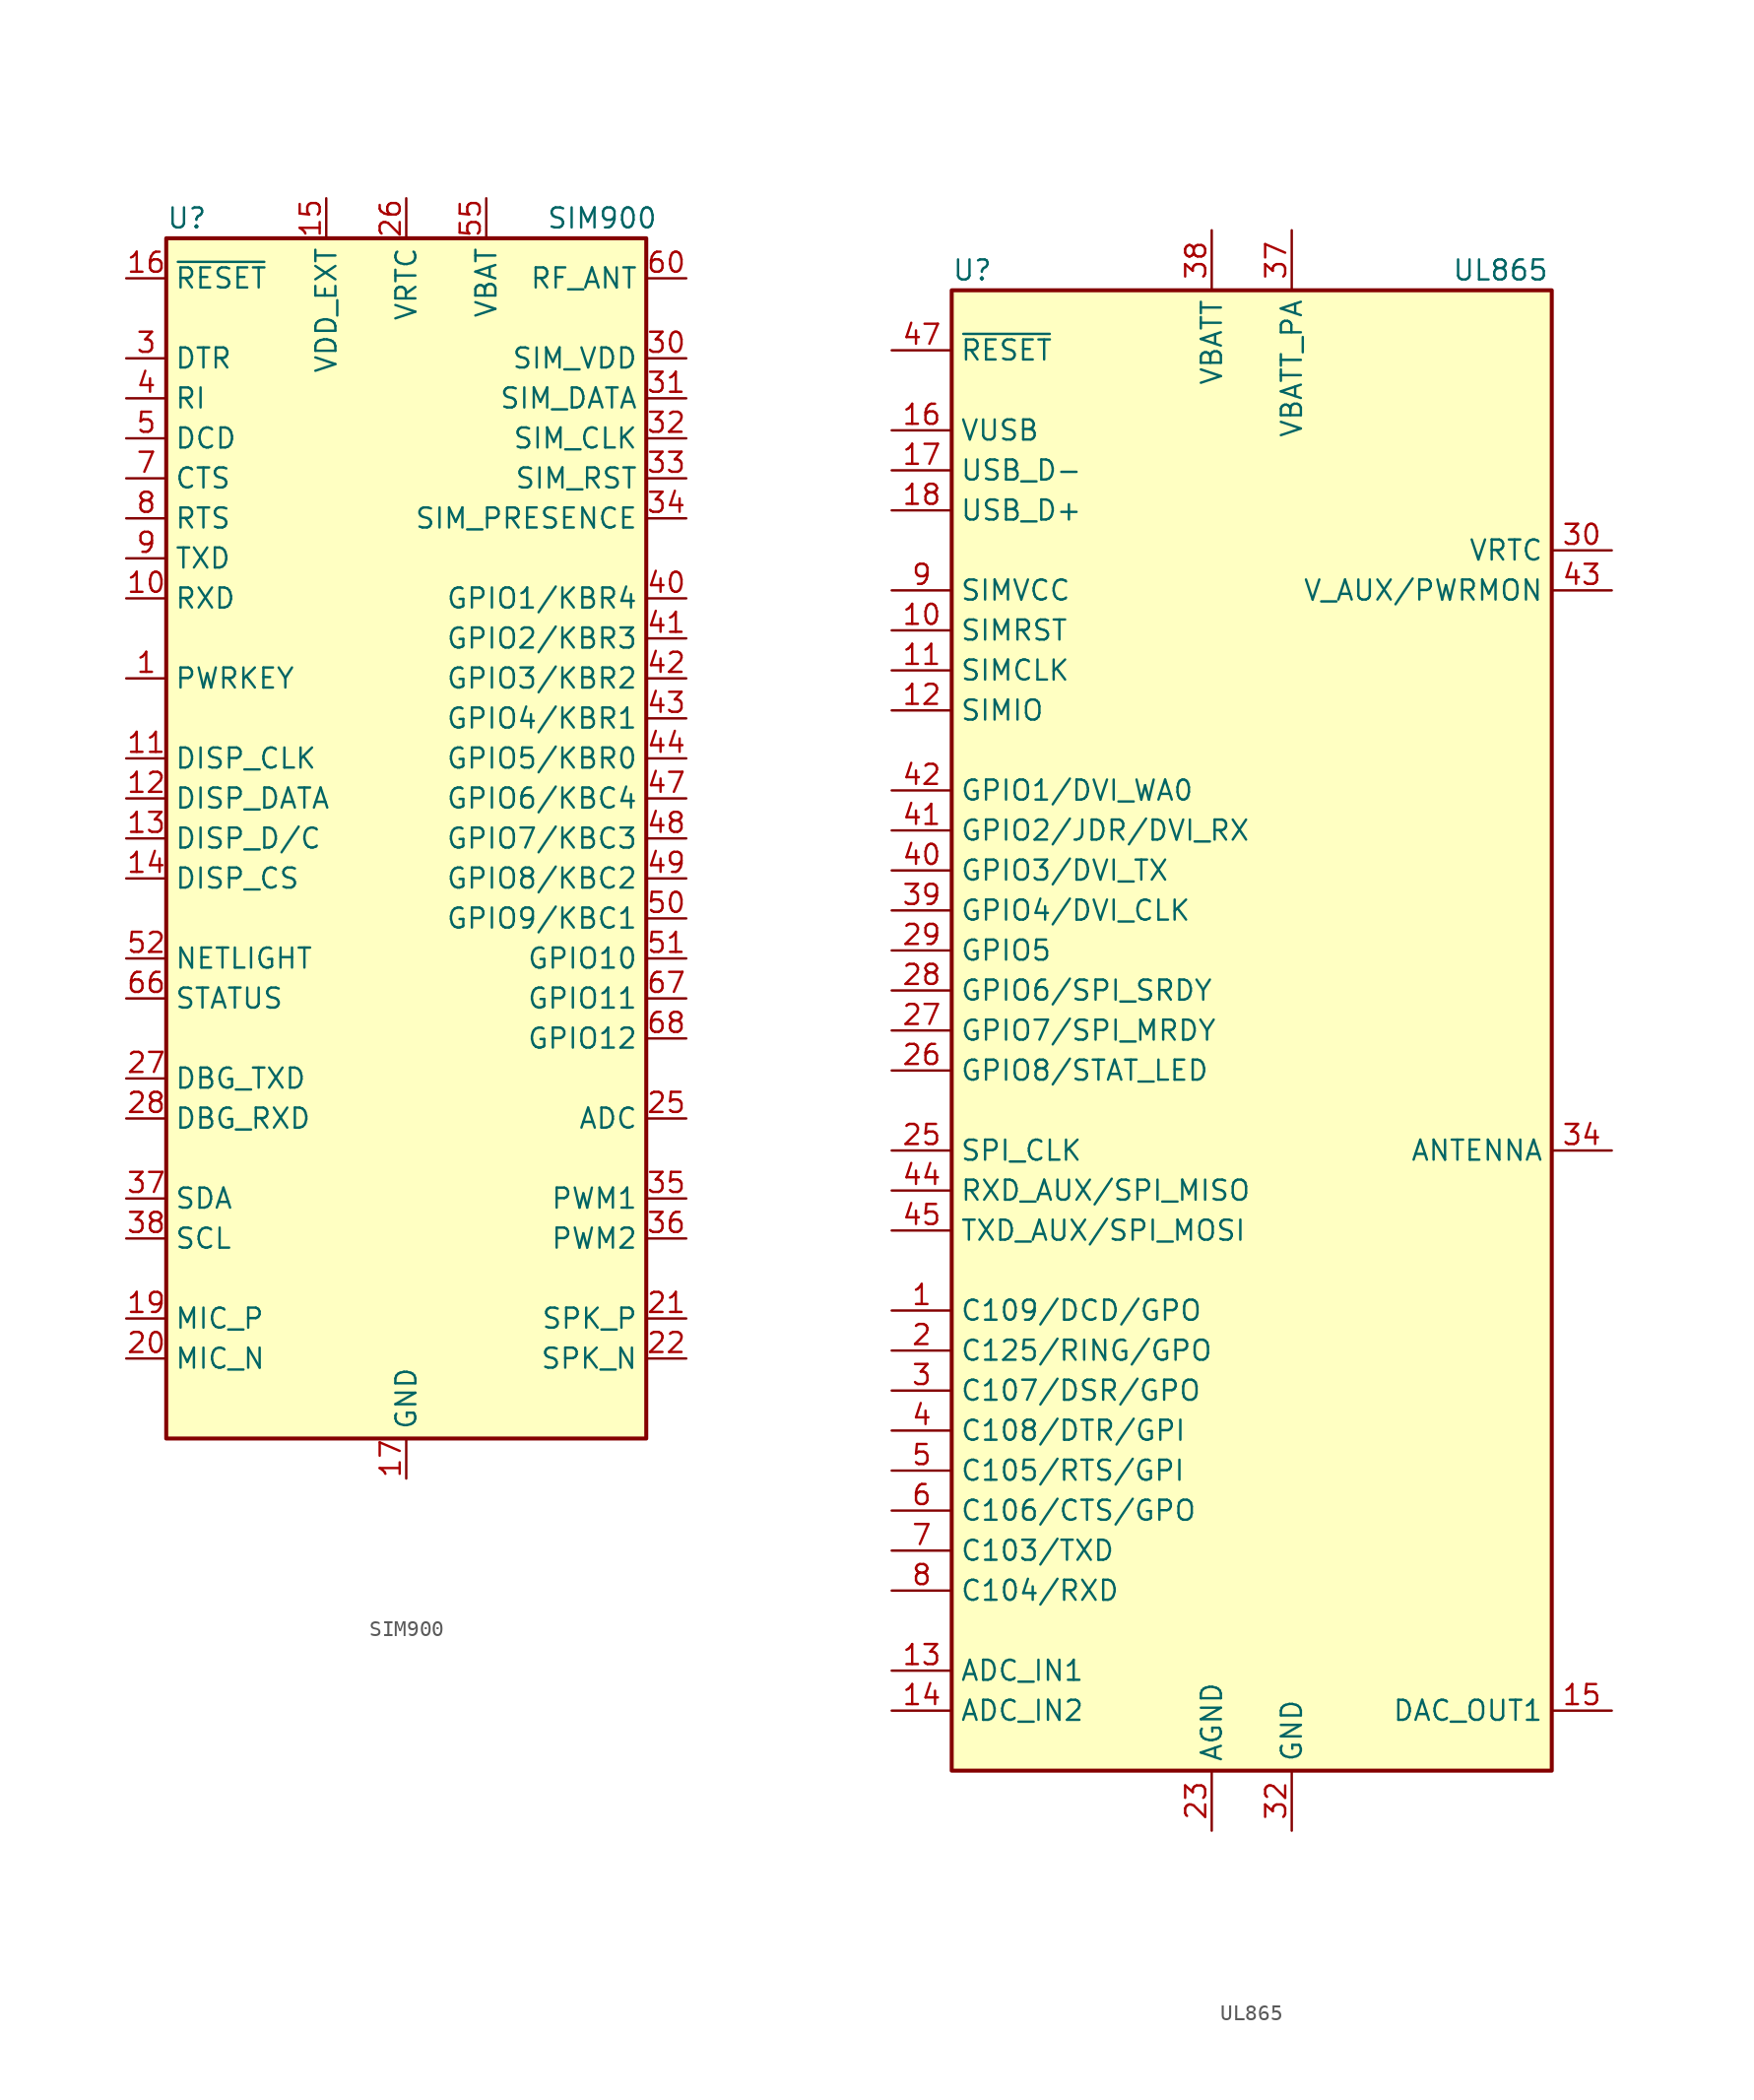
<source format=kicad_sym>
(kicad_symbol_lib
  (version 20201005)
  (generator kicad_symbol_editor)
  (symbol "RF_GSM:SIM900"
    (property "Reference" "U"
      (at -15.24 39.37 0)
      (effects (font (size 1.27 1.27)) (justify left)))
    (property "Value" "SIM900"
      (at 8.89 39.37 0)
      (effects (font (size 1.27 1.27)) (justify left)))
    (symbol "SIM900_0_1"
      (rectangle (start -15.24 38.1) (end 15.24 -38.1) (stroke (width 0.254)) (fill (type background))))
    (symbol "SIM900_1_1"
      (pin input line (at -17.78 10.16 0) (length 2.54) (name "PWRKEY" (effects (font (size 1.27 1.27)))) (number "1" (effects (font (size 1.27 1.27)))))
      (pin input line (at -17.78 15.24 0) (length 2.54) (name "RXD" (effects (font (size 1.27 1.27)))) (number "10" (effects (font (size 1.27 1.27)))))
      (pin output line (at -17.78 5.08 0) (length 2.54) (name "DISP_CLK" (effects (font (size 1.27 1.27)))) (number "11" (effects (font (size 1.27 1.27)))))
      (pin bidirectional line (at -17.78 2.54 0) (length 2.54) (name "DISP_DATA" (effects (font (size 1.27 1.27)))) (number "12" (effects (font (size 1.27 1.27)))))
      (pin output line (at -17.78 0 0) (length 2.54) (name "DISP_D/C" (effects (font (size 1.27 1.27)))) (number "13" (effects (font (size 1.27 1.27)))))
      (pin output line (at -17.78 -2.54 0) (length 2.54) (name "DISP_CS" (effects (font (size 1.27 1.27)))) (number "14" (effects (font (size 1.27 1.27)))))
      (pin power_out line (at -5.08 40.64 270) (length 2.54) (name "VDD_EXT" (effects (font (size 1.27 1.27)))) (number "15" (effects (font (size 1.27 1.27)))))
      (pin input line (at -17.78 35.56 0) (length 2.54) (name "~RESET~" (effects (font (size 1.27 1.27)))) (number "16" (effects (font (size 1.27 1.27)))))
      (pin power_in line (at 0 -40.64 90) (length 2.54) (name "GND" (effects (font (size 1.27 1.27)))) (number "17" (effects (font (size 1.27 1.27)))))
      (pin passive line (at 0 -40.64 90) (length 2.54) hide (name "GND" (effects (font (size 1.27 1.27)))) (number "18" (effects (font (size 1.27 1.27)))))
      (pin input line (at -17.78 -30.48 0) (length 2.54) (name "MIC_P" (effects (font (size 1.27 1.27)))) (number "19" (effects (font (size 1.27 1.27)))))
      (pin no_connect line (at 15.24 33.02 180) (length 2.54) hide (name "NC" (effects (font (size 1.27 1.27)))) (number "2" (effects (font (size 1.27 1.27)))))
      (pin input line (at -17.78 -33.02 0) (length 2.54) (name "MIC_N" (effects (font (size 1.27 1.27)))) (number "20" (effects (font (size 1.27 1.27)))))
      (pin output line (at 17.78 -30.48 180) (length 2.54) (name "SPK_P" (effects (font (size 1.27 1.27)))) (number "21" (effects (font (size 1.27 1.27)))))
      (pin output line (at 17.78 -33.02 180) (length 2.54) (name "SPK_N" (effects (font (size 1.27 1.27)))) (number "22" (effects (font (size 1.27 1.27)))))
      (pin no_connect line (at 15.24 -15.24 180) (length 2.54) hide (name "NC" (effects (font (size 1.27 1.27)))) (number "23" (effects (font (size 1.27 1.27)))))
      (pin no_connect line (at 15.24 -27.94 180) (length 2.54) hide (name "NC" (effects (font (size 1.27 1.27)))) (number "24" (effects (font (size 1.27 1.27)))))
      (pin input line (at 17.78 -17.78 180) (length 2.54) (name "ADC" (effects (font (size 1.27 1.27)))) (number "25" (effects (font (size 1.27 1.27)))))
      (pin power_in line (at 0 40.64 270) (length 2.54) (name "VRTC" (effects (font (size 1.27 1.27)))) (number "26" (effects (font (size 1.27 1.27)))))
      (pin output line (at -17.78 -15.24 0) (length 2.54) (name "DBG_TXD" (effects (font (size 1.27 1.27)))) (number "27" (effects (font (size 1.27 1.27)))))
      (pin input line (at -17.78 -17.78 0) (length 2.54) (name "DBG_RXD" (effects (font (size 1.27 1.27)))) (number "28" (effects (font (size 1.27 1.27)))))
      (pin passive line (at 0 -40.64 90) (length 2.54) hide (name "GND" (effects (font (size 1.27 1.27)))) (number "29" (effects (font (size 1.27 1.27)))))
      (pin input line (at -17.78 30.48 0) (length 2.54) (name "DTR" (effects (font (size 1.27 1.27)))) (number "3" (effects (font (size 1.27 1.27)))))
      (pin power_out line (at 17.78 30.48 180) (length 2.54) (name "SIM_VDD" (effects (font (size 1.27 1.27)))) (number "30" (effects (font (size 1.27 1.27)))))
      (pin bidirectional line (at 17.78 27.94 180) (length 2.54) (name "SIM_DATA" (effects (font (size 1.27 1.27)))) (number "31" (effects (font (size 1.27 1.27)))))
      (pin output line (at 17.78 25.4 180) (length 2.54) (name "SIM_CLK" (effects (font (size 1.27 1.27)))) (number "32" (effects (font (size 1.27 1.27)))))
      (pin output line (at 17.78 22.86 180) (length 2.54) (name "SIM_RST" (effects (font (size 1.27 1.27)))) (number "33" (effects (font (size 1.27 1.27)))))
      (pin input line (at 17.78 20.32 180) (length 2.54) (name "SIM_PRESENCE" (effects (font (size 1.27 1.27)))) (number "34" (effects (font (size 1.27 1.27)))))
      (pin output line (at 17.78 -22.86 180) (length 2.54) (name "PWM1" (effects (font (size 1.27 1.27)))) (number "35" (effects (font (size 1.27 1.27)))))
      (pin output line (at 17.78 -25.4 180) (length 2.54) (name "PWM2" (effects (font (size 1.27 1.27)))) (number "36" (effects (font (size 1.27 1.27)))))
      (pin bidirectional line (at -17.78 -22.86 0) (length 2.54) (name "SDA" (effects (font (size 1.27 1.27)))) (number "37" (effects (font (size 1.27 1.27)))))
      (pin output line (at -17.78 -25.4 0) (length 2.54) (name "SCL" (effects (font (size 1.27 1.27)))) (number "38" (effects (font (size 1.27 1.27)))))
      (pin passive line (at 0 -40.64 90) (length 2.54) hide (name "GND" (effects (font (size 1.27 1.27)))) (number "39" (effects (font (size 1.27 1.27)))))
      (pin output line (at -17.78 27.94 0) (length 2.54) (name "RI" (effects (font (size 1.27 1.27)))) (number "4" (effects (font (size 1.27 1.27)))))
      (pin bidirectional line (at 17.78 15.24 180) (length 2.54) (name "GPIO1/KBR4" (effects (font (size 1.27 1.27)))) (number "40" (effects (font (size 1.27 1.27)))))
      (pin bidirectional line (at 17.78 12.7 180) (length 2.54) (name "GPIO2/KBR3" (effects (font (size 1.27 1.27)))) (number "41" (effects (font (size 1.27 1.27)))))
      (pin bidirectional line (at 17.78 10.16 180) (length 2.54) (name "GPIO3/KBR2" (effects (font (size 1.27 1.27)))) (number "42" (effects (font (size 1.27 1.27)))))
      (pin bidirectional line (at 17.78 7.62 180) (length 2.54) (name "GPIO4/KBR1" (effects (font (size 1.27 1.27)))) (number "43" (effects (font (size 1.27 1.27)))))
      (pin bidirectional line (at 17.78 5.08 180) (length 2.54) (name "GPIO5/KBR0" (effects (font (size 1.27 1.27)))) (number "44" (effects (font (size 1.27 1.27)))))
      (pin passive line (at 0 -40.64 90) (length 2.54) hide (name "GND" (effects (font (size 1.27 1.27)))) (number "45" (effects (font (size 1.27 1.27)))))
      (pin passive line (at 0 -40.64 90) (length 2.54) hide (name "GND" (effects (font (size 1.27 1.27)))) (number "46" (effects (font (size 1.27 1.27)))))
      (pin bidirectional line (at 17.78 2.54 180) (length 2.54) (name "GPIO6/KBC4" (effects (font (size 1.27 1.27)))) (number "47" (effects (font (size 1.27 1.27)))))
      (pin bidirectional line (at 17.78 0 180) (length 2.54) (name "GPIO7/KBC3" (effects (font (size 1.27 1.27)))) (number "48" (effects (font (size 1.27 1.27)))))
      (pin bidirectional line (at 17.78 -2.54 180) (length 2.54) (name "GPIO8/KBC2" (effects (font (size 1.27 1.27)))) (number "49" (effects (font (size 1.27 1.27)))))
      (pin output line (at -17.78 25.4 0) (length 2.54) (name "DCD" (effects (font (size 1.27 1.27)))) (number "5" (effects (font (size 1.27 1.27)))))
      (pin bidirectional line (at 17.78 -5.08 180) (length 2.54) (name "GPIO9/KBC1" (effects (font (size 1.27 1.27)))) (number "50" (effects (font (size 1.27 1.27)))))
      (pin bidirectional line (at 17.78 -7.62 180) (length 2.54) (name "GPIO10" (effects (font (size 1.27 1.27)))) (number "51" (effects (font (size 1.27 1.27)))))
      (pin output line (at -17.78 -7.62 0) (length 2.54) (name "NETLIGHT" (effects (font (size 1.27 1.27)))) (number "52" (effects (font (size 1.27 1.27)))))
      (pin passive line (at 0 -40.64 90) (length 2.54) hide (name "GND" (effects (font (size 1.27 1.27)))) (number "53" (effects (font (size 1.27 1.27)))))
      (pin passive line (at 0 -40.64 90) (length 2.54) hide (name "GND" (effects (font (size 1.27 1.27)))) (number "54" (effects (font (size 1.27 1.27)))))
      (pin power_in line (at 5.08 40.64 270) (length 2.54) (name "VBAT" (effects (font (size 1.27 1.27)))) (number "55" (effects (font (size 1.27 1.27)))))
      (pin passive line (at 5.08 40.64 270) (length 2.54) hide (name "VBAT" (effects (font (size 1.27 1.27)))) (number "56" (effects (font (size 1.27 1.27)))))
      (pin passive line (at 5.08 40.64 270) (length 2.54) hide (name "VBAT" (effects (font (size 1.27 1.27)))) (number "57" (effects (font (size 1.27 1.27)))))
      (pin passive line (at 0 -40.64 90) (length 2.54) hide (name "GND" (effects (font (size 1.27 1.27)))) (number "58" (effects (font (size 1.27 1.27)))))
      (pin passive line (at 0 -40.64 90) (length 2.54) hide (name "GND" (effects (font (size 1.27 1.27)))) (number "59" (effects (font (size 1.27 1.27)))))
      (pin no_connect line (at 15.24 17.78 180) (length 2.54) hide (name "NC" (effects (font (size 1.27 1.27)))) (number "6" (effects (font (size 1.27 1.27)))))
      (pin passive line (at 17.78 35.56 180) (length 2.54) (name "RF_ANT" (effects (font (size 1.27 1.27)))) (number "60" (effects (font (size 1.27 1.27)))))
      (pin passive line (at 0 -40.64 90) (length 2.54) hide (name "GND" (effects (font (size 1.27 1.27)))) (number "61" (effects (font (size 1.27 1.27)))))
      (pin passive line (at 0 -40.64 90) (length 2.54) hide (name "GND" (effects (font (size 1.27 1.27)))) (number "62" (effects (font (size 1.27 1.27)))))
      (pin passive line (at 0 -40.64 90) (length 2.54) hide (name "GND" (effects (font (size 1.27 1.27)))) (number "63" (effects (font (size 1.27 1.27)))))
      (pin passive line (at 0 -40.64 90) (length 2.54) hide (name "GND" (effects (font (size 1.27 1.27)))) (number "64" (effects (font (size 1.27 1.27)))))
      (pin passive line (at 0 -40.64 90) (length 2.54) hide (name "GND" (effects (font (size 1.27 1.27)))) (number "65" (effects (font (size 1.27 1.27)))))
      (pin output line (at -17.78 -10.16 0) (length 2.54) (name "STATUS" (effects (font (size 1.27 1.27)))) (number "66" (effects (font (size 1.27 1.27)))))
      (pin bidirectional line (at 17.78 -10.16 180) (length 2.54) (name "GPIO11" (effects (font (size 1.27 1.27)))) (number "67" (effects (font (size 1.27 1.27)))))
      (pin bidirectional line (at 17.78 -12.7 180) (length 2.54) (name "GPIO12" (effects (font (size 1.27 1.27)))) (number "68" (effects (font (size 1.27 1.27)))))
      (pin output line (at -17.78 22.86 0) (length 2.54) (name "CTS" (effects (font (size 1.27 1.27)))) (number "7" (effects (font (size 1.27 1.27)))))
      (pin input line (at -17.78 20.32 0) (length 2.54) (name "RTS" (effects (font (size 1.27 1.27)))) (number "8" (effects (font (size 1.27 1.27)))))
      (pin output line (at -17.78 17.78 0) (length 2.54) (name "TXD" (effects (font (size 1.27 1.27)))) (number "9" (effects (font (size 1.27 1.27)))))))
  (symbol "RF_GSM:UL865"
    (property "Reference" "U"
      (at -19.05 43.18 0)
      (effects (font (size 1.27 1.27)) (justify left)))
    (property "Value" "UL865"
      (at 12.7 43.18 0)
      (effects (font (size 1.27 1.27)) (justify left)))
    (symbol "UL865_0_1"
      (rectangle (start -19.05 41.91) (end 19.05 -52.07) (stroke (width 0.254)) (fill (type background))))
    (symbol "UL865_1_1"
      (pin output line (at -22.86 -22.86 0) (length 3.81) (name "C109/DCD/GPO" (effects (font (size 1.27 1.27)))) (number "1" (effects (font (size 1.27 1.27)))))
      (pin output line (at -22.86 20.32 0) (length 3.81) (name "SIMRST" (effects (font (size 1.27 1.27)))) (number "10" (effects (font (size 1.27 1.27)))))
      (pin output line (at -22.86 17.78 0) (length 3.81) (name "SIMCLK" (effects (font (size 1.27 1.27)))) (number "11" (effects (font (size 1.27 1.27)))))
      (pin bidirectional line (at -22.86 15.24 0) (length 3.81) (name "SIMIO" (effects (font (size 1.27 1.27)))) (number "12" (effects (font (size 1.27 1.27)))))
      (pin input line (at -22.86 -45.72 0) (length 3.81) (name "ADC_IN1" (effects (font (size 1.27 1.27)))) (number "13" (effects (font (size 1.27 1.27)))))
      (pin input line (at -22.86 -48.26 0) (length 3.81) (name "ADC_IN2" (effects (font (size 1.27 1.27)))) (number "14" (effects (font (size 1.27 1.27)))))
      (pin output line (at 22.86 -48.26 180) (length 3.81) (name "DAC_OUT1" (effects (font (size 1.27 1.27)))) (number "15" (effects (font (size 1.27 1.27)))))
      (pin input line (at -22.86 33.02 0) (length 3.81) (name "VUSB" (effects (font (size 1.27 1.27)))) (number "16" (effects (font (size 1.27 1.27)))))
      (pin bidirectional line (at -22.86 30.48 0) (length 3.81) (name "USB_D-" (effects (font (size 1.27 1.27)))) (number "17" (effects (font (size 1.27 1.27)))))
      (pin bidirectional line (at -22.86 27.94 0) (length 3.81) (name "USB_D+" (effects (font (size 1.27 1.27)))) (number "18" (effects (font (size 1.27 1.27)))))
      (pin no_connect line (at 19.05 -17.78 180) (length 3.81) hide (name "NC" (effects (font (size 1.27 1.27)))) (number "19" (effects (font (size 1.27 1.27)))))
      (pin output line (at -22.86 -25.4 0) (length 3.81) (name "C125/RING/GPO" (effects (font (size 1.27 1.27)))) (number "2" (effects (font (size 1.27 1.27)))))
      (pin no_connect line (at 19.05 -20.32 180) (length 3.81) hide (name "NC" (effects (font (size 1.27 1.27)))) (number "20" (effects (font (size 1.27 1.27)))))
      (pin no_connect line (at 19.05 -22.86 180) (length 3.81) hide (name "NC" (effects (font (size 1.27 1.27)))) (number "21" (effects (font (size 1.27 1.27)))))
      (pin no_connect line (at 19.05 -25.4 180) (length 3.81) hide (name "NC" (effects (font (size 1.27 1.27)))) (number "22" (effects (font (size 1.27 1.27)))))
      (pin power_in line (at -2.54 -55.88 90) (length 3.81) (name "AGND" (effects (font (size 1.27 1.27)))) (number "23" (effects (font (size 1.27 1.27)))))
      (pin no_connect line (at 19.05 -30.48 180) (length 3.81) hide (name "NC" (effects (font (size 1.27 1.27)))) (number "24" (effects (font (size 1.27 1.27)))))
      (pin bidirectional line (at -22.86 -12.7 0) (length 3.81) (name "SPI_CLK" (effects (font (size 1.27 1.27)))) (number "25" (effects (font (size 1.27 1.27)))))
      (pin bidirectional line (at -22.86 -7.62 0) (length 3.81) (name "GPIO8/STAT_LED" (effects (font (size 1.27 1.27)))) (number "26" (effects (font (size 1.27 1.27)))))
      (pin bidirectional line (at -22.86 -5.08 0) (length 3.81) (name "GPIO7/SPI_MRDY" (effects (font (size 1.27 1.27)))) (number "27" (effects (font (size 1.27 1.27)))))
      (pin bidirectional line (at -22.86 -2.54 0) (length 3.81) (name "GPIO6/SPI_SRDY" (effects (font (size 1.27 1.27)))) (number "28" (effects (font (size 1.27 1.27)))))
      (pin bidirectional line (at -22.86 0 0) (length 3.81) (name "GPIO5" (effects (font (size 1.27 1.27)))) (number "29" (effects (font (size 1.27 1.27)))))
      (pin output line (at -22.86 -27.94 0) (length 3.81) (name "C107/DSR/GPO" (effects (font (size 1.27 1.27)))) (number "3" (effects (font (size 1.27 1.27)))))
      (pin power_out line (at 22.86 25.4 180) (length 3.81) (name "VRTC" (effects (font (size 1.27 1.27)))) (number "30" (effects (font (size 1.27 1.27)))))
      (pin no_connect line (at 19.05 -33.02 180) (length 3.81) hide (name "NC" (effects (font (size 1.27 1.27)))) (number "31" (effects (font (size 1.27 1.27)))))
      (pin power_in line (at 2.54 -55.88 90) (length 3.81) (name "GND" (effects (font (size 1.27 1.27)))) (number "32" (effects (font (size 1.27 1.27)))))
      (pin passive line (at 2.54 -55.88 90) (length 3.81) hide (name "GND" (effects (font (size 1.27 1.27)))) (number "33" (effects (font (size 1.27 1.27)))))
      (pin bidirectional line (at 22.86 -12.7 180) (length 3.81) (name "ANTENNA" (effects (font (size 1.27 1.27)))) (number "34" (effects (font (size 1.27 1.27)))))
      (pin passive line (at 2.54 -55.88 90) (length 3.81) hide (name "GND" (effects (font (size 1.27 1.27)))) (number "35" (effects (font (size 1.27 1.27)))))
      (pin passive line (at 2.54 -55.88 90) (length 3.81) hide (name "GND" (effects (font (size 1.27 1.27)))) (number "36" (effects (font (size 1.27 1.27)))))
      (pin power_in line (at 2.54 45.72 270) (length 3.81) (name "VBATT_PA" (effects (font (size 1.27 1.27)))) (number "37" (effects (font (size 1.27 1.27)))))
      (pin power_in line (at -2.54 45.72 270) (length 3.81) (name "VBATT" (effects (font (size 1.27 1.27)))) (number "38" (effects (font (size 1.27 1.27)))))
      (pin bidirectional line (at -22.86 2.54 0) (length 3.81) (name "GPIO4/DVI_CLK" (effects (font (size 1.27 1.27)))) (number "39" (effects (font (size 1.27 1.27)))))
      (pin input line (at -22.86 -30.48 0) (length 3.81) (name "C108/DTR/GPI" (effects (font (size 1.27 1.27)))) (number "4" (effects (font (size 1.27 1.27)))))
      (pin bidirectional line (at -22.86 5.08 0) (length 3.81) (name "GPIO3/DVI_TX" (effects (font (size 1.27 1.27)))) (number "40" (effects (font (size 1.27 1.27)))))
      (pin bidirectional line (at -22.86 7.62 0) (length 3.81) (name "GPIO2/JDR/DVI_RX" (effects (font (size 1.27 1.27)))) (number "41" (effects (font (size 1.27 1.27)))))
      (pin bidirectional line (at -22.86 10.16 0) (length 3.81) (name "GPIO1/DVI_WA0" (effects (font (size 1.27 1.27)))) (number "42" (effects (font (size 1.27 1.27)))))
      (pin power_out line (at 22.86 22.86 180) (length 3.81) (name "V_AUX/PWRMON" (effects (font (size 1.27 1.27)))) (number "43" (effects (font (size 1.27 1.27)))))
      (pin bidirectional line (at -22.86 -15.24 0) (length 3.81) (name "RXD_AUX/SPI_MISO" (effects (font (size 1.27 1.27)))) (number "44" (effects (font (size 1.27 1.27)))))
      (pin bidirectional line (at -22.86 -17.78 0) (length 3.81) (name "TXD_AUX/SPI_MOSI" (effects (font (size 1.27 1.27)))) (number "45" (effects (font (size 1.27 1.27)))))
      (pin passive line (at 2.54 -55.88 90) (length 3.81) hide (name "GND" (effects (font (size 1.27 1.27)))) (number "46" (effects (font (size 1.27 1.27)))))
      (pin input line (at -22.86 38.1 0) (length 3.81) (name "~RESET" (effects (font (size 1.27 1.27)))) (number "47" (effects (font (size 1.27 1.27)))))
      (pin no_connect line (at 19.05 -35.56 180) (length 3.81) hide (name "NC" (effects (font (size 1.27 1.27)))) (number "48" (effects (font (size 1.27 1.27)))))
      (pin input line (at -22.86 -33.02 0) (length 3.81) (name "C105/RTS/GPI" (effects (font (size 1.27 1.27)))) (number "5" (effects (font (size 1.27 1.27)))))
      (pin output line (at -22.86 -35.56 0) (length 3.81) (name "C106/CTS/GPO" (effects (font (size 1.27 1.27)))) (number "6" (effects (font (size 1.27 1.27)))))
      (pin input line (at -22.86 -38.1 0) (length 3.81) (name "C103/TXD" (effects (font (size 1.27 1.27)))) (number "7" (effects (font (size 1.27 1.27)))))
      (pin output line (at -22.86 -40.64 0) (length 3.81) (name "C104/RXD" (effects (font (size 1.27 1.27)))) (number "8" (effects (font (size 1.27 1.27)))))
      (pin power_out line (at -22.86 22.86 0) (length 3.81) (name "SIMVCC" (effects (font (size 1.27 1.27)))) (number "9" (effects (font (size 1.27 1.27))))))))
</source>
